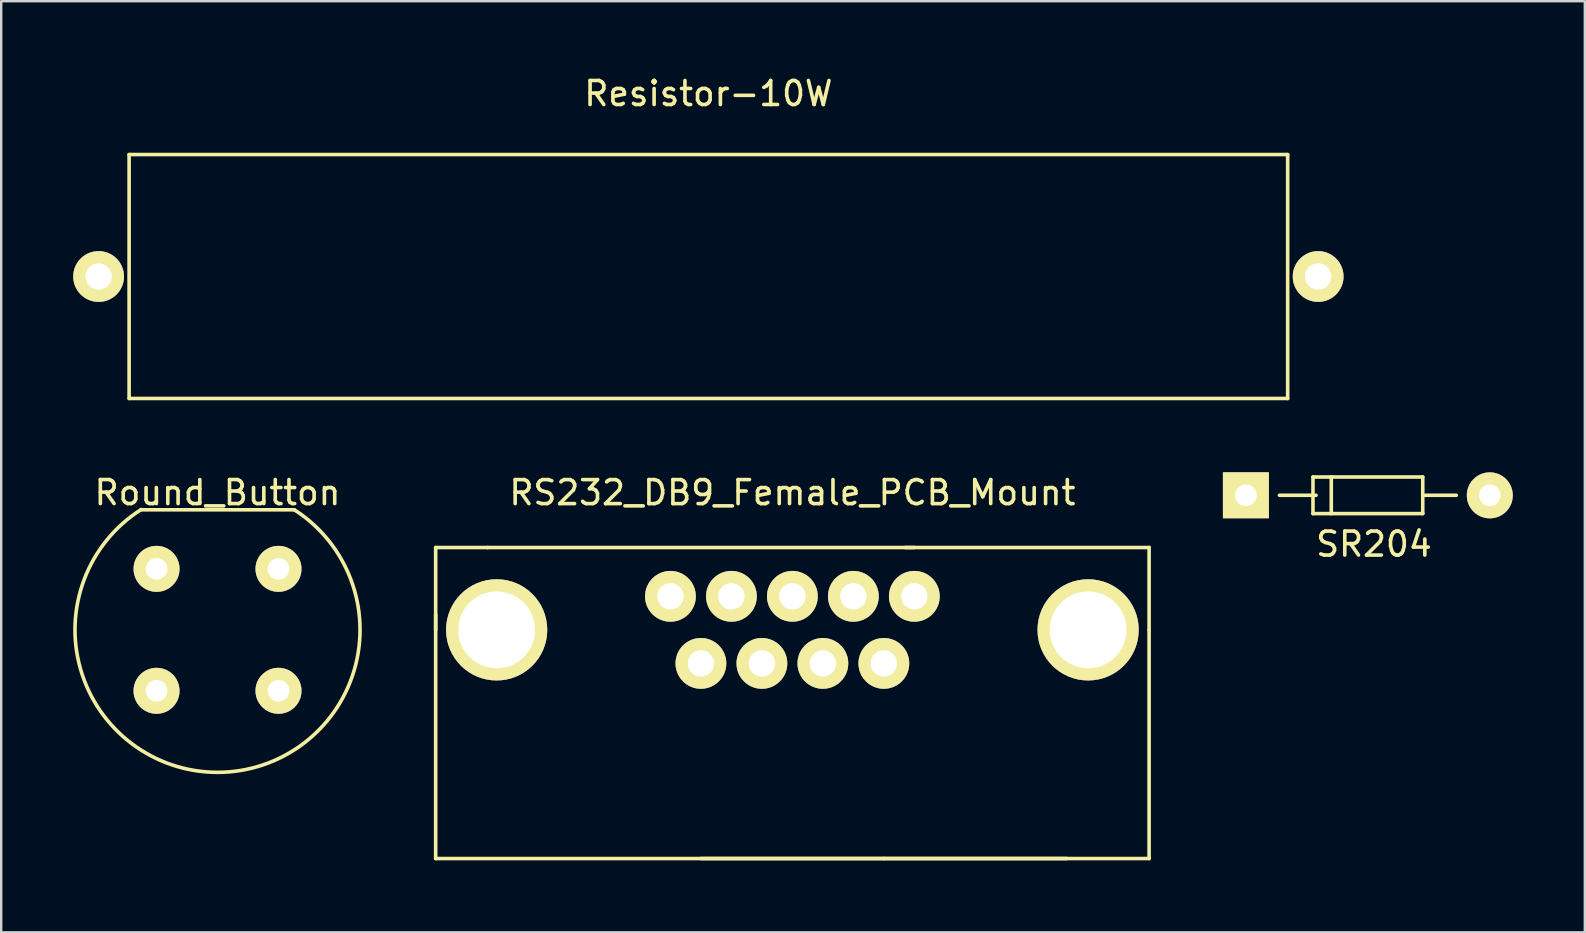
<source format=kicad_pcb>
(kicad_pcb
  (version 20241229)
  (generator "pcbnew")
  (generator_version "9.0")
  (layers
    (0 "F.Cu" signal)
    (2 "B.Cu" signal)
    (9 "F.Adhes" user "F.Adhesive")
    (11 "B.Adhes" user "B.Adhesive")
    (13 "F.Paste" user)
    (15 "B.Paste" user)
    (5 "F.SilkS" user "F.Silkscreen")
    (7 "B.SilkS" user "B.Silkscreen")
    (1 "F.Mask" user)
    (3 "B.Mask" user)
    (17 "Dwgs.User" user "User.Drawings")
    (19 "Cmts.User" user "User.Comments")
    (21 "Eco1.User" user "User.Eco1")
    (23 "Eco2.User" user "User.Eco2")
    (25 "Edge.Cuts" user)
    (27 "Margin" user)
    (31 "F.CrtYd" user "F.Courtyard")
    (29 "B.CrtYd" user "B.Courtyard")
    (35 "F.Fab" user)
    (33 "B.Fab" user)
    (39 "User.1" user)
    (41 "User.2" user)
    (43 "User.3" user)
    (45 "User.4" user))
  (footprint "Round_Button"
    (layer "F.Cu")
    (at 6.011 23.186)
    (property "Reference" "Round_Button" (at 0 -5.715 0) (layer "F.SilkS") (effects (font (size 1 1) (thickness 0.15))))
    (attr through_hole)
    (fp_line (start -3.2 -5) (end 3.2 -5) (stroke (width 0.15) (type solid)) (layer "F.SilkS"))
    (fp_arc (start 3.2 -5) (mid -0.012355 5.936316) (end -3.17916 -5.013276) (stroke (width 0.15) (type solid)) (layer "F.SilkS"))
    (pad "1" thru_hole circle (at -2.54 -2.54) (size 1.916 1.916) (drill 0.9) (layers "*.Cu" "*.Mask" "F.SilkS"))
    (pad "1" thru_hole circle (at -2.54 2.54) (size 1.916 1.916) (drill 0.9) (layers "*.Cu" "*.Mask" "F.SilkS"))
    (pad "2" thru_hole circle (at 2.54 -2.54) (size 1.916 1.916) (drill 0.9) (layers "*.Cu" "*.Mask" "F.SilkS"))
    (pad "2" thru_hole circle (at 2.54 2.54) (size 1.916 1.916) (drill 0.9) (layers "*.Cu" "*.Mask" "F.SilkS")))
  (footprint "Resistor-10W"
    (layer "F.Cu")
    (at 26.458 8.468)
    (property "Reference" "Resistor-10W" (at 0 -7.62 0) (layer "F.SilkS") (effects (font (size 1 1) (thickness 0.15))))
    (attr through_hole)
    (fp_line (start -24.13 -5.08) (end 24.13 -5.08) (stroke (width 0.15) (type solid)) (layer "F.SilkS"))
    (fp_line (start -24.13 5.08) (end -24.13 -5.08) (stroke (width 0.15) (type solid)) (layer "F.SilkS"))
    (fp_line (start 24.13 -5.08) (end 24.13 5.08) (stroke (width 0.15) (type solid)) (layer "F.SilkS"))
    (fp_line (start 24.13 5.08) (end -24.13 5.08) (stroke (width 0.15) (type solid)) (layer "F.SilkS"))
    (pad "1" thru_hole circle (at -25.4 0) (size 2.116 2.116) (drill 1.1) (layers "*.Cu" "*.Mask" "F.SilkS"))
    (pad "2" thru_hole circle (at 25.4 0) (size 2.116 2.116) (drill 1.1) (layers "*.Cu" "*.Mask" "F.SilkS")))
  (footprint "RS232_DB9_Female_PCB_Mount"
    (layer "F.Cu")
    (at 29.957 21.79)
    (property "Reference" "RS232_DB9_Female_PCB_Mount" (at 0 -4.318 0) (layer "F.SilkS") (effects (font (size 1 1) (thickness 0.15))))
    (attr through_hole)
    (fp_line (start -14.859 -2.032) (end -12.7 -2.032) (stroke (width 0.15) (type solid)) (layer "F.SilkS"))
    (fp_line (start -14.859 1.397) (end -14.859 -2.032) (stroke (width 0.15) (type solid)) (layer "F.SilkS"))
    (fp_line (start -14.859 10.922) (end -14.859 0.762) (stroke (width 0.15) (type solid)) (layer "F.SilkS"))
    (fp_line (start 3.81 10.922) (end -3.81 10.922) (stroke (width 0.15) (type solid)) (layer "F.SilkS"))
    (fp_line (start 3.81 10.922) (end 11.43 10.922) (stroke (width 0.15) (type solid)) (layer "F.SilkS"))
    (fp_line (start 5.08 -2.032) (end -12.7 -2.032) (stroke (width 0.15) (type solid)) (layer "F.SilkS"))
    (fp_line (start 14.859 -2.032) (end 4.699 -2.032) (stroke (width 0.15) (type solid)) (layer "F.SilkS"))
    (fp_line (start 14.859 1.397) (end 14.859 -2.032) (stroke (width 0.15) (type solid)) (layer "F.SilkS"))
    (fp_line (start 14.859 1.397) (end 14.859 10.922) (stroke (width 0.15) (type solid)) (layer "F.SilkS"))
    (fp_line (start 14.859 10.922) (end -14.859 10.922) (stroke (width 0.15) (type solid)) (layer "F.SilkS"))
    (pad "" thru_hole circle (at -12.319 1.397) (size 4.216 4.216) (drill 3.2) (layers "*.Cu" "*.Mask" "F.SilkS"))
    (pad "" thru_hole circle (at 12.319 1.397) (size 4.216 4.216) (drill 3.2) (layers "*.Cu" "*.Mask" "F.SilkS"))
    (pad "1" thru_hole circle (at 5.08 0) (size 2.116 2.116) (drill 1.1) (layers "*.Cu" "*.Mask" "F.SilkS"))
    (pad "2" thru_hole circle (at 2.54 0) (size 2.116 2.116) (drill 1.1) (layers "*.Cu" "*.Mask" "F.SilkS"))
    (pad "3" thru_hole circle (at 0 0) (size 2.116 2.116) (drill 1.1) (layers "*.Cu" "*.Mask" "F.SilkS"))
    (pad "4" thru_hole circle (at -2.54 0) (size 2.116 2.116) (drill 1.1) (layers "*.Cu" "*.Mask" "F.SilkS"))
    (pad "5" thru_hole circle (at -5.08 0) (size 2.116 2.116) (drill 1.1) (layers "*.Cu" "*.Mask" "F.SilkS"))
    (pad "6" thru_hole circle (at 3.81 2.794) (size 2.116 2.116) (drill 1.1) (layers "*.Cu" "*.Mask" "F.SilkS"))
    (pad "7" thru_hole circle (at 1.27 2.794) (size 2.116 2.116) (drill 1.1) (layers "*.Cu" "*.Mask" "F.SilkS"))
    (pad "8" thru_hole circle (at -1.27 2.794) (size 2.116 2.116) (drill 1.1) (layers "*.Cu" "*.Mask" "F.SilkS"))
    (pad "9" thru_hole circle (at -3.81 2.794) (size 2.116 2.116) (drill 1.1) (layers "*.Cu" "*.Mask" "F.SilkS")))
  (footprint "SR204"
    (layer "F.Cu")
    (at 48.848 17.584)
    (property "Reference" "SR204" (at 5.334 2.032 0) (layer "F.SilkS") (effects (font (size 1 1) (thickness 0.15))))
    (attr through_hole)
    (fp_line (start 2.795 -0.765) (end 2.795 -0.003) (stroke (width 0.15) (type solid)) (layer "F.SilkS"))
    (fp_line (start 2.795 -0.003) (end 2.795 0.759) (stroke (width 0.15) (type solid)) (layer "F.SilkS"))
    (fp_line (start 2.795 0.759) (end 7.367 0.759) (stroke (width 0.15) (type solid)) (layer "F.SilkS"))
    (fp_line (start 2.922 -0.003) (end 1.398 -0.003) (stroke (width 0.15) (type solid)) (layer "F.SilkS"))
    (fp_line (start 3.557 -0.765) (end 3.557 0.759) (stroke (width 0.15) (type solid)) (layer "F.SilkS"))
    (fp_line (start 7.367 -0.765) (end 2.795 -0.765) (stroke (width 0.15) (type solid)) (layer "F.SilkS"))
    (fp_line (start 7.367 -0.003) (end 8.764 -0.003) (stroke (width 0.15) (type solid)) (layer "F.SilkS"))
    (fp_line (start 7.367 0.759) (end 7.367 -0.765) (stroke (width 0.15) (type solid)) (layer "F.SilkS"))
    (pad "1" thru_hole rect (at 0.001 -0.003 180) (size 1.916 1.916) (drill 0.9) (layers "*.Cu" "*.Mask" "F.SilkS"))
    (pad "2" thru_hole circle (at 10.16 0) (size 1.916 1.916) (drill 0.9) (layers "*.Cu" "*.Mask" "F.SilkS")))
  (gr_rect
    (start -3 -3)
    (end 62.966 35.786)
    (stroke (width 0.1) (type default))
    (fill no)
    (layer "Edge.Cuts")))
</source>
